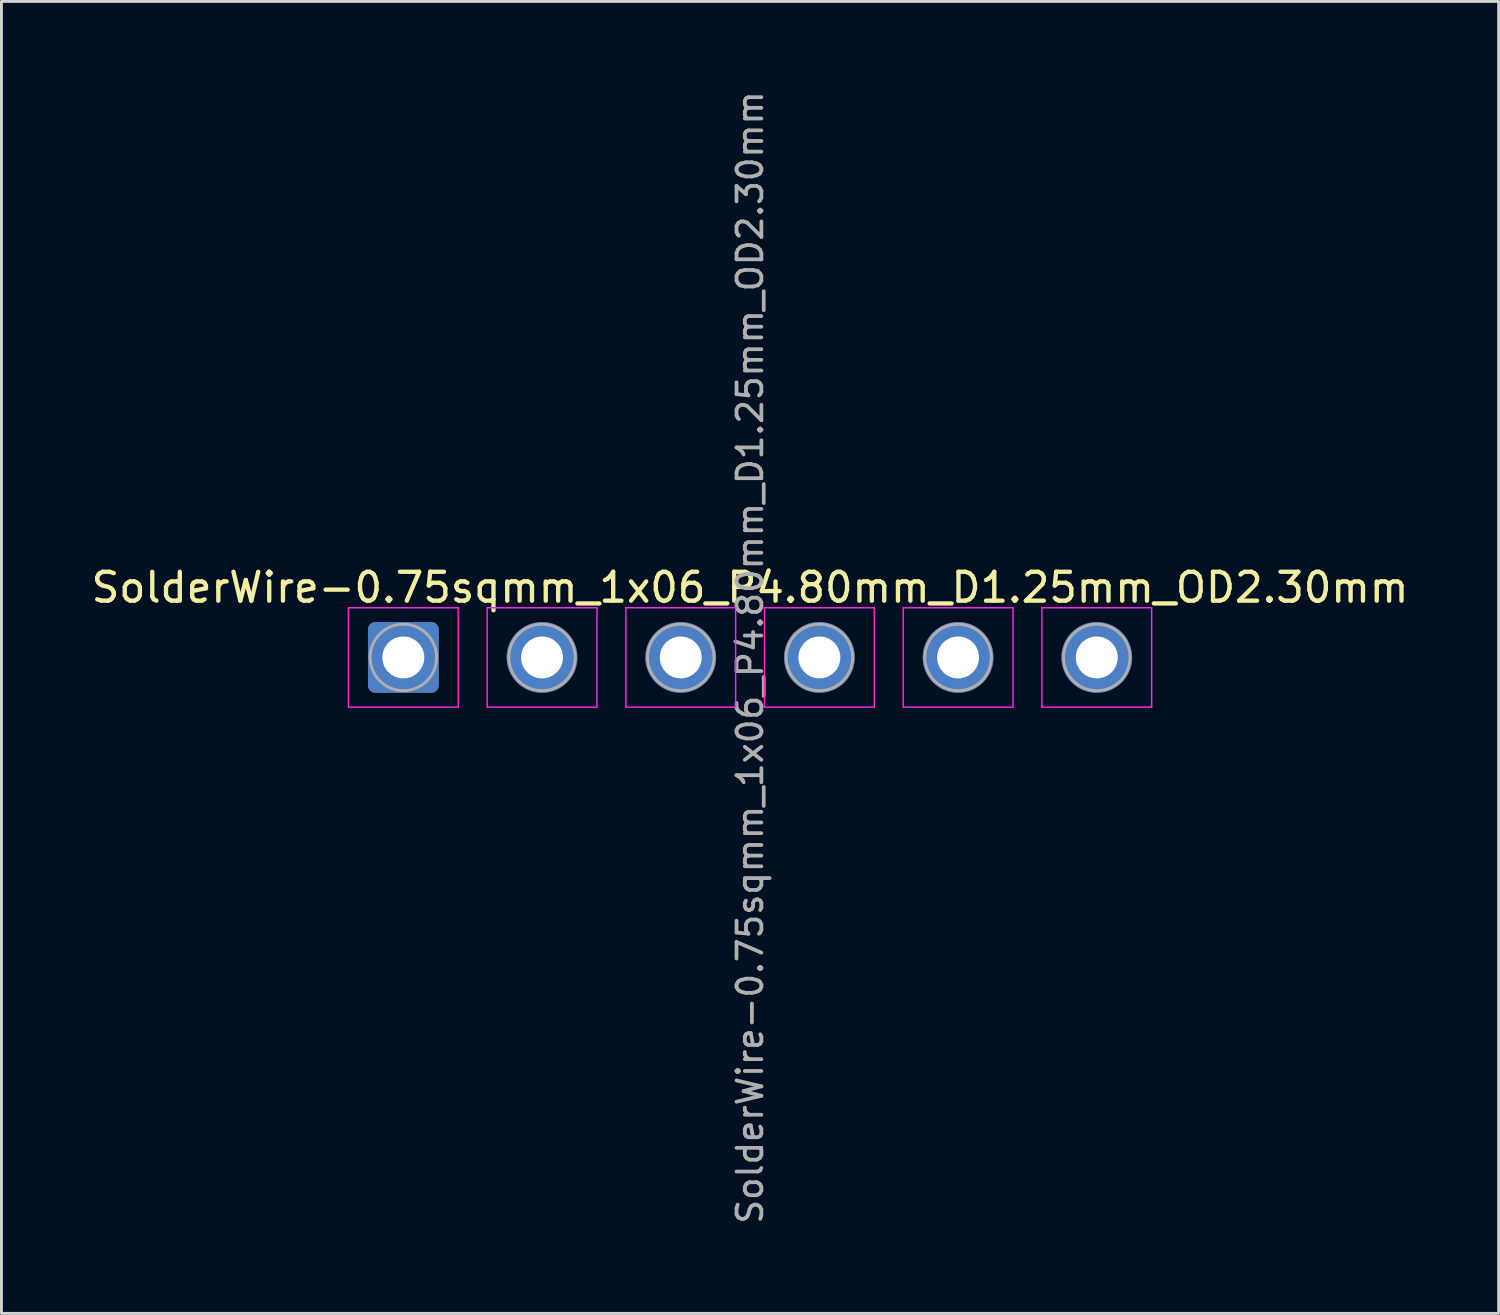
<source format=kicad_pcb>
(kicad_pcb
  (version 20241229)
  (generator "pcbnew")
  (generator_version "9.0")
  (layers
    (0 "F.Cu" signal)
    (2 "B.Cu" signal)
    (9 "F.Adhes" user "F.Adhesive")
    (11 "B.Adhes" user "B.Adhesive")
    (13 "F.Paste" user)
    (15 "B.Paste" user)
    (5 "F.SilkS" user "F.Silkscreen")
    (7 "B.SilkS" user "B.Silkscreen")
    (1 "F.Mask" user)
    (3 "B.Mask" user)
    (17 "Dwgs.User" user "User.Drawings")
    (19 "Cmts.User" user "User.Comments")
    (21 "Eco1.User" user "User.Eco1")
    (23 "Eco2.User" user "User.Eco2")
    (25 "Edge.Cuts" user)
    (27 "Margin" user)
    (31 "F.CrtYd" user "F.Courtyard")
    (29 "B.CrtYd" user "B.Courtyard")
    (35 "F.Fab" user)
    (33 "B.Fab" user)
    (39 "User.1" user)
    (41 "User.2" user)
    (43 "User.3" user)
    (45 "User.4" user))
  (footprint "SolderWire-0.75sqmm_1x06_P4.80mm_D1.25mm_OD2.30mm"
    (layer "F.Cu")
    (at 10.911 19.705)
    (property "Reference" "SolderWire-0.75sqmm_1x06_P4.80mm_D1.25mm_OD2.30mm" (at 12 -2.42 0) (layer "F.SilkS") (effects (font (size 1 1) (thickness 0.15))))
    (attr exclude_from_pos_files exclude_from_bom)
    (fp_line (start -1.9 -1.72) (end -1.9 1.72) (stroke (width 0.05) (type solid)) (layer "F.CrtYd"))
    (fp_line (start -1.9 1.72) (end 1.9 1.72) (stroke (width 0.05) (type solid)) (layer "F.CrtYd"))
    (fp_line (start 1.9 -1.72) (end -1.9 -1.72) (stroke (width 0.05) (type solid)) (layer "F.CrtYd"))
    (fp_line (start 1.9 1.72) (end 1.9 -1.72) (stroke (width 0.05) (type solid)) (layer "F.CrtYd"))
    (fp_line (start 2.9 -1.72) (end 2.9 1.72) (stroke (width 0.05) (type solid)) (layer "F.CrtYd"))
    (fp_line (start 2.9 1.72) (end 6.7 1.72) (stroke (width 0.05) (type solid)) (layer "F.CrtYd"))
    (fp_line (start 6.7 -1.72) (end 2.9 -1.72) (stroke (width 0.05) (type solid)) (layer "F.CrtYd"))
    (fp_line (start 6.7 1.72) (end 6.7 -1.72) (stroke (width 0.05) (type solid)) (layer "F.CrtYd"))
    (fp_line (start 7.7 -1.72) (end 7.7 1.72) (stroke (width 0.05) (type solid)) (layer "F.CrtYd"))
    (fp_line (start 7.7 1.72) (end 11.5 1.72) (stroke (width 0.05) (type solid)) (layer "F.CrtYd"))
    (fp_line (start 11.5 -1.72) (end 7.7 -1.72) (stroke (width 0.05) (type solid)) (layer "F.CrtYd"))
    (fp_line (start 11.5 1.72) (end 11.5 -1.72) (stroke (width 0.05) (type solid)) (layer "F.CrtYd"))
    (fp_line (start 12.5 -1.72) (end 12.5 1.72) (stroke (width 0.05) (type solid)) (layer "F.CrtYd"))
    (fp_line (start 12.5 1.72) (end 16.3 1.72) (stroke (width 0.05) (type solid)) (layer "F.CrtYd"))
    (fp_line (start 16.3 -1.72) (end 12.5 -1.72) (stroke (width 0.05) (type solid)) (layer "F.CrtYd"))
    (fp_line (start 16.3 1.72) (end 16.3 -1.72) (stroke (width 0.05) (type solid)) (layer "F.CrtYd"))
    (fp_line (start 17.3 -1.72) (end 17.3 1.72) (stroke (width 0.05) (type solid)) (layer "F.CrtYd"))
    (fp_line (start 17.3 1.72) (end 21.1 1.72) (stroke (width 0.05) (type solid)) (layer "F.CrtYd"))
    (fp_line (start 21.1 -1.72) (end 17.3 -1.72) (stroke (width 0.05) (type solid)) (layer "F.CrtYd"))
    (fp_line (start 21.1 1.72) (end 21.1 -1.72) (stroke (width 0.05) (type solid)) (layer "F.CrtYd"))
    (fp_line (start 22.1 -1.72) (end 22.1 1.72) (stroke (width 0.05) (type solid)) (layer "F.CrtYd"))
    (fp_line (start 22.1 1.72) (end 25.9 1.72) (stroke (width 0.05) (type solid)) (layer "F.CrtYd"))
    (fp_line (start 25.9 -1.72) (end 22.1 -1.72) (stroke (width 0.05) (type solid)) (layer "F.CrtYd"))
    (fp_line (start 25.9 1.72) (end 25.9 -1.72) (stroke (width 0.05) (type solid)) (layer "F.CrtYd"))
    (fp_circle (center 0 0) (end 1.15 0) (stroke (width 0.1) (type solid)) (fill no) (layer "F.Fab"))
    (fp_circle (center 4.8 0) (end 5.95 0) (stroke (width 0.1) (type solid)) (fill no) (layer "F.Fab"))
    (fp_circle (center 9.6 0) (end 10.75 0) (stroke (width 0.1) (type solid)) (fill no) (layer "F.Fab"))
    (fp_circle (center 14.4 0) (end 15.55 0) (stroke (width 0.1) (type solid)) (fill no) (layer "F.Fab"))
    (fp_circle (center 19.2 0) (end 20.35 0) (stroke (width 0.1) (type solid)) (fill no) (layer "F.Fab"))
    (fp_circle (center 24 0) (end 25.15 0) (stroke (width 0.1) (type solid)) (fill no) (layer "F.Fab"))
    (fp_text user "${REFERENCE}" (at 12 0 90) (layer "F.Fab") (effects (font (size 0.86 0.86) (thickness 0.13))))
    (pad "1" thru_hole roundrect (at 0 0) (size 2.45 2.45) (drill 1.45) (layers "*.Cu" "*.Mask") (roundrect_rratio 0.102))
    (pad "2" thru_hole circle (at 4.8 0) (size 2.45 2.45) (drill 1.45) (layers "*.Cu" "*.Mask"))
    (pad "3" thru_hole circle (at 9.6 0) (size 2.45 2.45) (drill 1.45) (layers "*.Cu" "*.Mask"))
    (pad "4" thru_hole circle (at 14.4 0) (size 2.45 2.45) (drill 1.45) (layers "*.Cu" "*.Mask"))
    (pad "5" thru_hole circle (at 19.2 0) (size 2.45 2.45) (drill 1.45) (layers "*.Cu" "*.Mask"))
    (pad "6" thru_hole circle (at 24 0) (size 2.45 2.45) (drill 1.45) (layers "*.Cu" "*.Mask")))
  (gr_rect
    (start -3 -3)
    (end 48.821 42.409)
    (stroke (width 0.1) (type default))
    (fill no)
    (layer "Edge.Cuts")))
</source>
